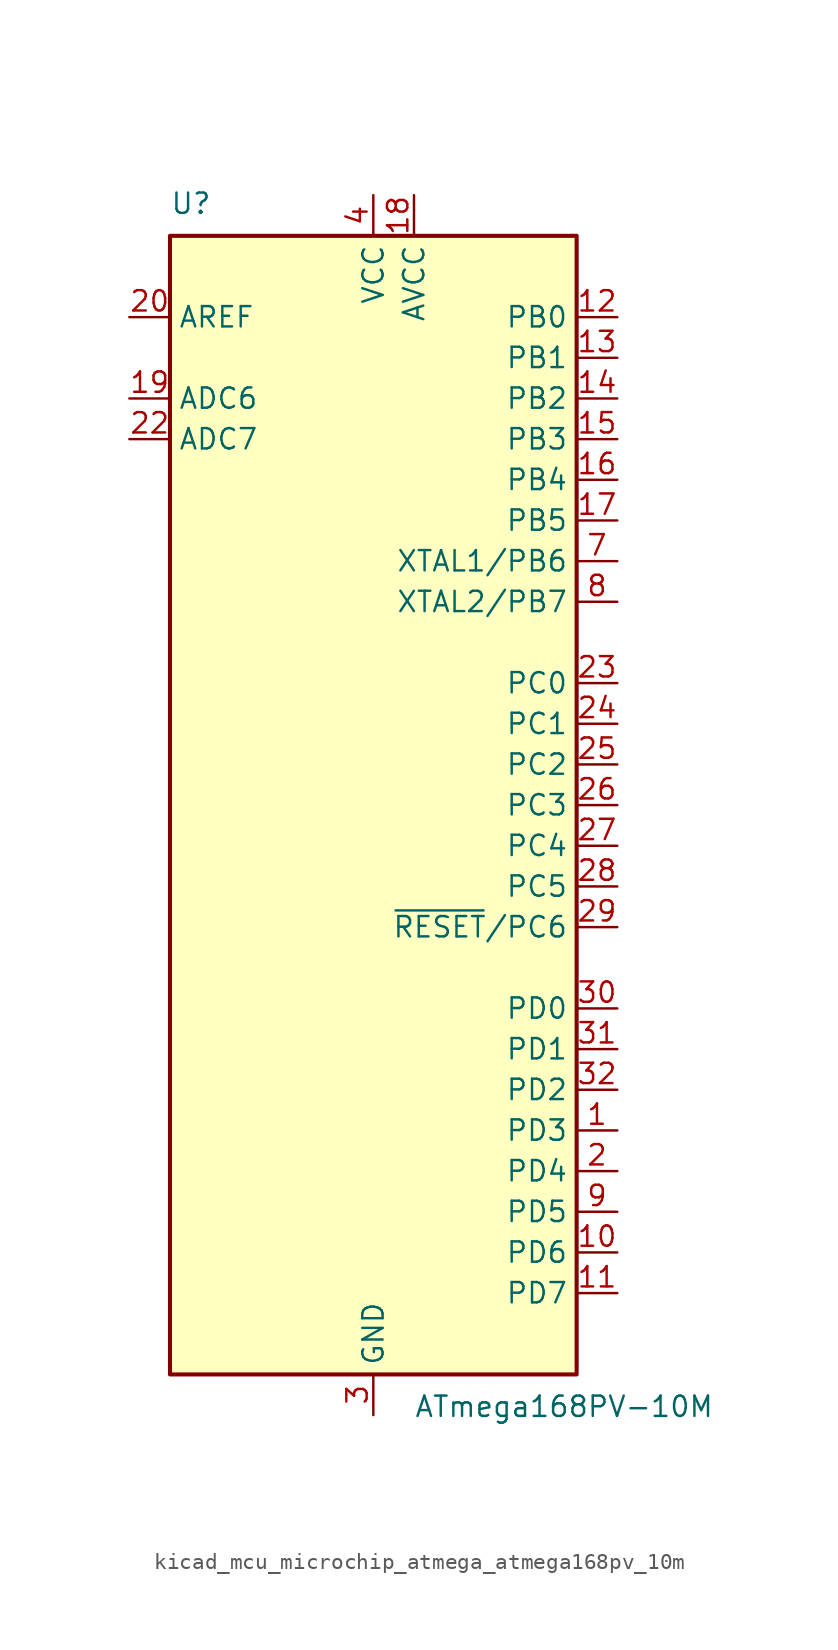
<source format=kicad_sym>
(kicad_symbol_lib
  (version 20220914)
  (generator kicad_symbol_editor)
  (symbol "kicad_mcu_microchip_atmega_atmega168pv_10m"
    (property "Reference" "U"
      (at -12.7 36.83 0)
      (effects (font (size 1.27 1.27)) (justify left bottom)))
    (property "Value" "ATmega168PV-10M"
      (at 2.54 -36.83 0)
      (effects (font (size 1.27 1.27)) (justify left top)))
    (symbol "kicad_mcu_microchip_atmega_atmega168pv_10m_0_1"
      (rectangle (start -12.7 -35.56) (end 12.7 35.56) (stroke (width 0.254) (type default)) (fill (type background))))
    (symbol "kicad_mcu_microchip_atmega_atmega168pv_10m_1_1"
      (pin bidirectional line (at 15.24 -20.32 180) (length 2.54) (name "PD3" (effects (font (size 1.27 1.27)))) (number "1" (effects (font (size 1.27 1.27)))))
      (pin bidirectional line (at 15.24 -27.94 180) (length 2.54) (name "PD6" (effects (font (size 1.27 1.27)))) (number "10" (effects (font (size 1.27 1.27)))))
      (pin bidirectional line (at 15.24 -30.48 180) (length 2.54) (name "PD7" (effects (font (size 1.27 1.27)))) (number "11" (effects (font (size 1.27 1.27)))))
      (pin bidirectional line (at 15.24 30.48 180) (length 2.54) (name "PB0" (effects (font (size 1.27 1.27)))) (number "12" (effects (font (size 1.27 1.27)))))
      (pin bidirectional line (at 15.24 27.94 180) (length 2.54) (name "PB1" (effects (font (size 1.27 1.27)))) (number "13" (effects (font (size 1.27 1.27)))))
      (pin bidirectional line (at 15.24 25.4 180) (length 2.54) (name "PB2" (effects (font (size 1.27 1.27)))) (number "14" (effects (font (size 1.27 1.27)))))
      (pin bidirectional line (at 15.24 22.86 180) (length 2.54) (name "PB3" (effects (font (size 1.27 1.27)))) (number "15" (effects (font (size 1.27 1.27)))))
      (pin bidirectional line (at 15.24 20.32 180) (length 2.54) (name "PB4" (effects (font (size 1.27 1.27)))) (number "16" (effects (font (size 1.27 1.27)))))
      (pin bidirectional line (at 15.24 17.78 180) (length 2.54) (name "PB5" (effects (font (size 1.27 1.27)))) (number "17" (effects (font (size 1.27 1.27)))))
      (pin power_in line (at 2.54 38.1 270) (length 2.54) (name "AVCC" (effects (font (size 1.27 1.27)))) (number "18" (effects (font (size 1.27 1.27)))))
      (pin input line (at -15.24 25.4 0) (length 2.54) (name "ADC6" (effects (font (size 1.27 1.27)))) (number "19" (effects (font (size 1.27 1.27)))))
      (pin bidirectional line (at 15.24 -22.86 180) (length 2.54) (name "PD4" (effects (font (size 1.27 1.27)))) (number "2" (effects (font (size 1.27 1.27)))))
      (pin passive line (at -15.24 30.48 0) (length 2.54) (name "AREF" (effects (font (size 1.27 1.27)))) (number "20" (effects (font (size 1.27 1.27)))))
      (pin passive line (at 0 -38.1 90) (length 2.54) hide (name "GND" (effects (font (size 1.27 1.27)))) (number "21" (effects (font (size 1.27 1.27)))))
      (pin input line (at -15.24 22.86 0) (length 2.54) (name "ADC7" (effects (font (size 1.27 1.27)))) (number "22" (effects (font (size 1.27 1.27)))))
      (pin bidirectional line (at 15.24 7.62 180) (length 2.54) (name "PC0" (effects (font (size 1.27 1.27)))) (number "23" (effects (font (size 1.27 1.27)))))
      (pin bidirectional line (at 15.24 5.08 180) (length 2.54) (name "PC1" (effects (font (size 1.27 1.27)))) (number "24" (effects (font (size 1.27 1.27)))))
      (pin bidirectional line (at 15.24 2.54 180) (length 2.54) (name "PC2" (effects (font (size 1.27 1.27)))) (number "25" (effects (font (size 1.27 1.27)))))
      (pin bidirectional line (at 15.24 0 180) (length 2.54) (name "PC3" (effects (font (size 1.27 1.27)))) (number "26" (effects (font (size 1.27 1.27)))))
      (pin bidirectional line (at 15.24 -2.54 180) (length 2.54) (name "PC4" (effects (font (size 1.27 1.27)))) (number "27" (effects (font (size 1.27 1.27)))))
      (pin bidirectional line (at 15.24 -5.08 180) (length 2.54) (name "PC5" (effects (font (size 1.27 1.27)))) (number "28" (effects (font (size 1.27 1.27)))))
      (pin bidirectional line (at 15.24 -7.62 180) (length 2.54) (name "~{RESET}/PC6" (effects (font (size 1.27 1.27)))) (number "29" (effects (font (size 1.27 1.27)))))
      (pin power_in line (at 0 -38.1 90) (length 2.54) (name "GND" (effects (font (size 1.27 1.27)))) (number "3" (effects (font (size 1.27 1.27)))))
      (pin bidirectional line (at 15.24 -12.7 180) (length 2.54) (name "PD0" (effects (font (size 1.27 1.27)))) (number "30" (effects (font (size 1.27 1.27)))))
      (pin bidirectional line (at 15.24 -15.24 180) (length 2.54) (name "PD1" (effects (font (size 1.27 1.27)))) (number "31" (effects (font (size 1.27 1.27)))))
      (pin bidirectional line (at 15.24 -17.78 180) (length 2.54) (name "PD2" (effects (font (size 1.27 1.27)))) (number "32" (effects (font (size 1.27 1.27)))))
      (pin passive line (at 0 -38.1 90) (length 2.54) hide (name "GND" (effects (font (size 1.27 1.27)))) (number "33" (effects (font (size 1.27 1.27)))))
      (pin power_in line (at 0 38.1 270) (length 2.54) (name "VCC" (effects (font (size 1.27 1.27)))) (number "4" (effects (font (size 1.27 1.27)))))
      (pin passive line (at 0 -38.1 90) (length 2.54) hide (name "GND" (effects (font (size 1.27 1.27)))) (number "5" (effects (font (size 1.27 1.27)))))
      (pin passive line (at 0 38.1 270) (length 2.54) hide (name "VCC" (effects (font (size 1.27 1.27)))) (number "6" (effects (font (size 1.27 1.27)))))
      (pin bidirectional line (at 15.24 15.24 180) (length 2.54) (name "XTAL1/PB6" (effects (font (size 1.27 1.27)))) (number "7" (effects (font (size 1.27 1.27)))))
      (pin bidirectional line (at 15.24 12.7 180) (length 2.54) (name "XTAL2/PB7" (effects (font (size 1.27 1.27)))) (number "8" (effects (font (size 1.27 1.27)))))
      (pin bidirectional line (at 15.24 -25.4 180) (length 2.54) (name "PD5" (effects (font (size 1.27 1.27)))) (number "9" (effects (font (size 1.27 1.27))))))))
</source>
